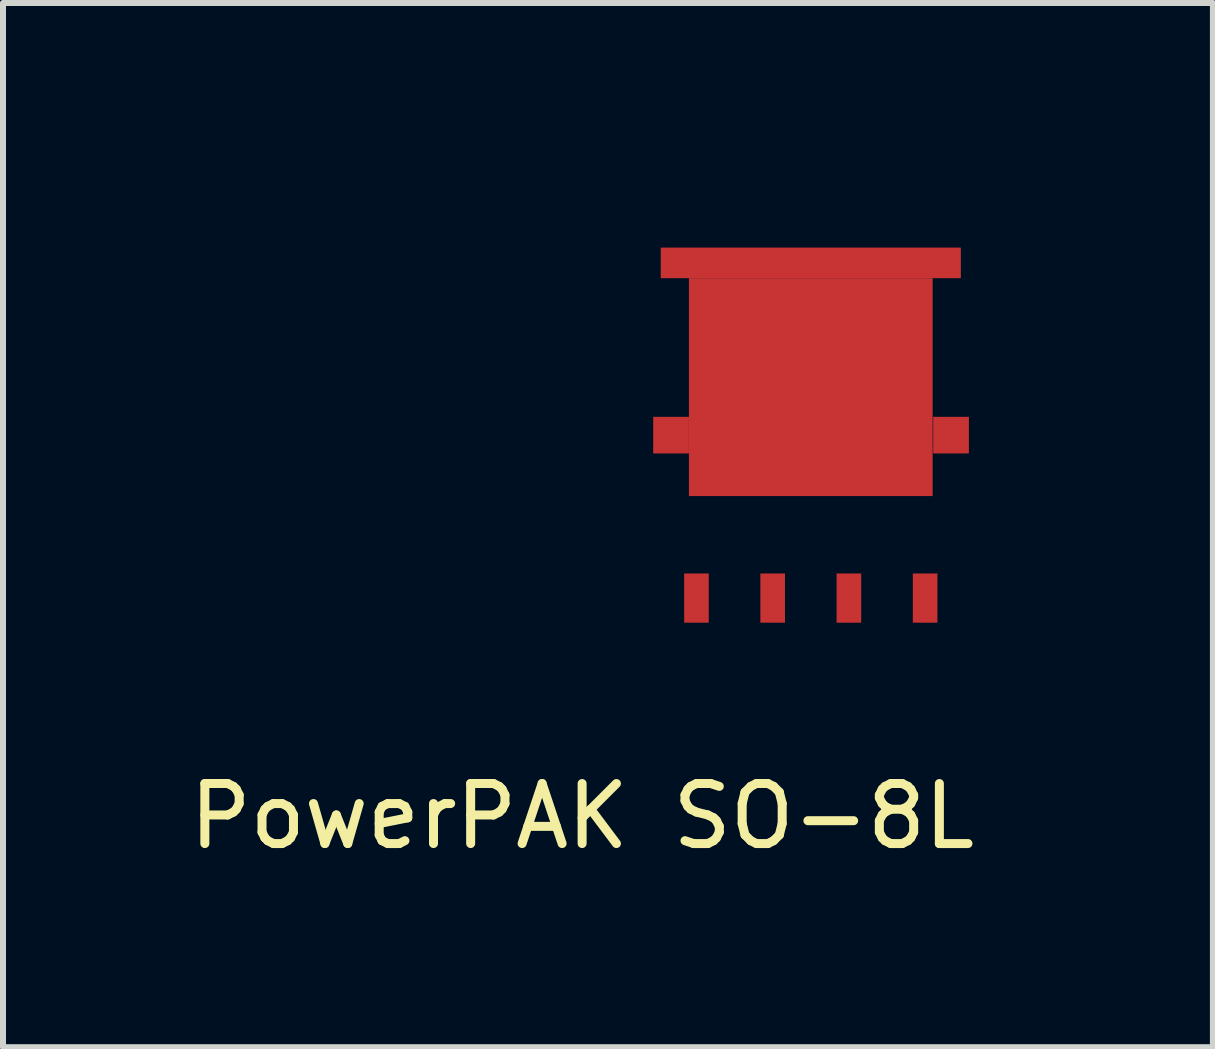
<source format=kicad_pcb>
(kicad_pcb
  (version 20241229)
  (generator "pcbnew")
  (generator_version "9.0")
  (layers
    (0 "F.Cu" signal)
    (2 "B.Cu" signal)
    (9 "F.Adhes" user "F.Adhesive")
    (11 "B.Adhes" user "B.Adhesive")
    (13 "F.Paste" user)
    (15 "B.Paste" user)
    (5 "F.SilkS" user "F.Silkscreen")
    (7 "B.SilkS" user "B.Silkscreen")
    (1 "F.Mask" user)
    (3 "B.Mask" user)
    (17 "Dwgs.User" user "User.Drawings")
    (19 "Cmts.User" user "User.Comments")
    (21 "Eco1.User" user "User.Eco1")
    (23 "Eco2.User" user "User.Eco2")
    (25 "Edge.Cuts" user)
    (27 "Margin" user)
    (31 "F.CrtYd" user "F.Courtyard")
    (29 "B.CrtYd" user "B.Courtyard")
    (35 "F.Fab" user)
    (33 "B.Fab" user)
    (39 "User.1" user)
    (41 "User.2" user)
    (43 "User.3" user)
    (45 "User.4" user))
  (footprint "PowerPAK SO-8L"
    (layer "F.Cu")
    (at 10.459 4.2)
    (property "Reference" "PowerPAK SO-8L" (at -3.81 6.35 0) (layer "F.SilkS") (effects (font (size 1 1) (thickness 0.15))))
    (attr through_hole)
    (fp_line (start -3.625 -4.125) (end -3.625 -3.125) (stroke (width 0.15) (type solid)) (layer "F.Mask"))
    (fp_line (start -3.625 4.125) (end -3.625 3.125) (stroke (width 0.15) (type solid)) (layer "F.Mask"))
    (fp_line (start -2.625 -4.125) (end -3.625 -4.125) (stroke (width 0.15) (type solid)) (layer "F.Mask"))
    (fp_line (start -2.625 4.125) (end -3.625 4.125) (stroke (width 0.15) (type solid)) (layer "F.Mask"))
    (fp_line (start 3.625 -4.125) (end 2.625 -4.125) (stroke (width 0.15) (type solid)) (layer "F.Mask"))
    (fp_line (start 3.625 -4.125) (end 3.625 -3.125) (stroke (width 0.15) (type solid)) (layer "F.Mask"))
    (fp_line (start 3.625 4.125) (end 2.625 4.125) (stroke (width 0.15) (type solid)) (layer "F.Mask"))
    (fp_line (start 3.625 4.125) (end 3.625 3.125) (stroke (width 0.15) (type solid)) (layer "F.Mask"))
    (pad "1" smd rect (at -1.905 2.715) (size 0.41 0.82) (layers "F.Cu" "F.Mask" "F.Paste"))
    (pad "2" smd rect (at -0.635 2.715) (size 0.41 0.82) (layers "F.Cu" "F.Mask" "F.Paste"))
    (pad "3" smd rect (at 0.635 2.715) (size 0.41 0.82) (layers "F.Cu" "F.Mask" "F.Paste"))
    (pad "4" smd rect (at 1.905 2.715) (size 0.41 0.82) (layers "F.Cu" "F.Mask" "F.Paste"))
    (pad "5" smd rect (at -2.328 0) (size 0.595 0.61) (layers "F.Cu" "F.Mask" "F.Paste"))
    (pad "5" smd rect (at 0 -2.87) (size 5 0.51) (layers "F.Cu" "F.Mask" "F.Paste"))
    (pad "5" smd rect (at 0 -0.8) (size 4.061 3.63) (layers "F.Cu" "F.Mask" "F.Paste"))
    (pad "5" smd rect (at 2.337 0) (size 0.595 0.61) (layers "F.Cu" "F.Mask" "F.Paste")))
  (gr_rect
    (start -3 -3)
    (end 17.159 14.398)
    (stroke (width 0.1) (type default))
    (fill no)
    (layer "Edge.Cuts")))
</source>
